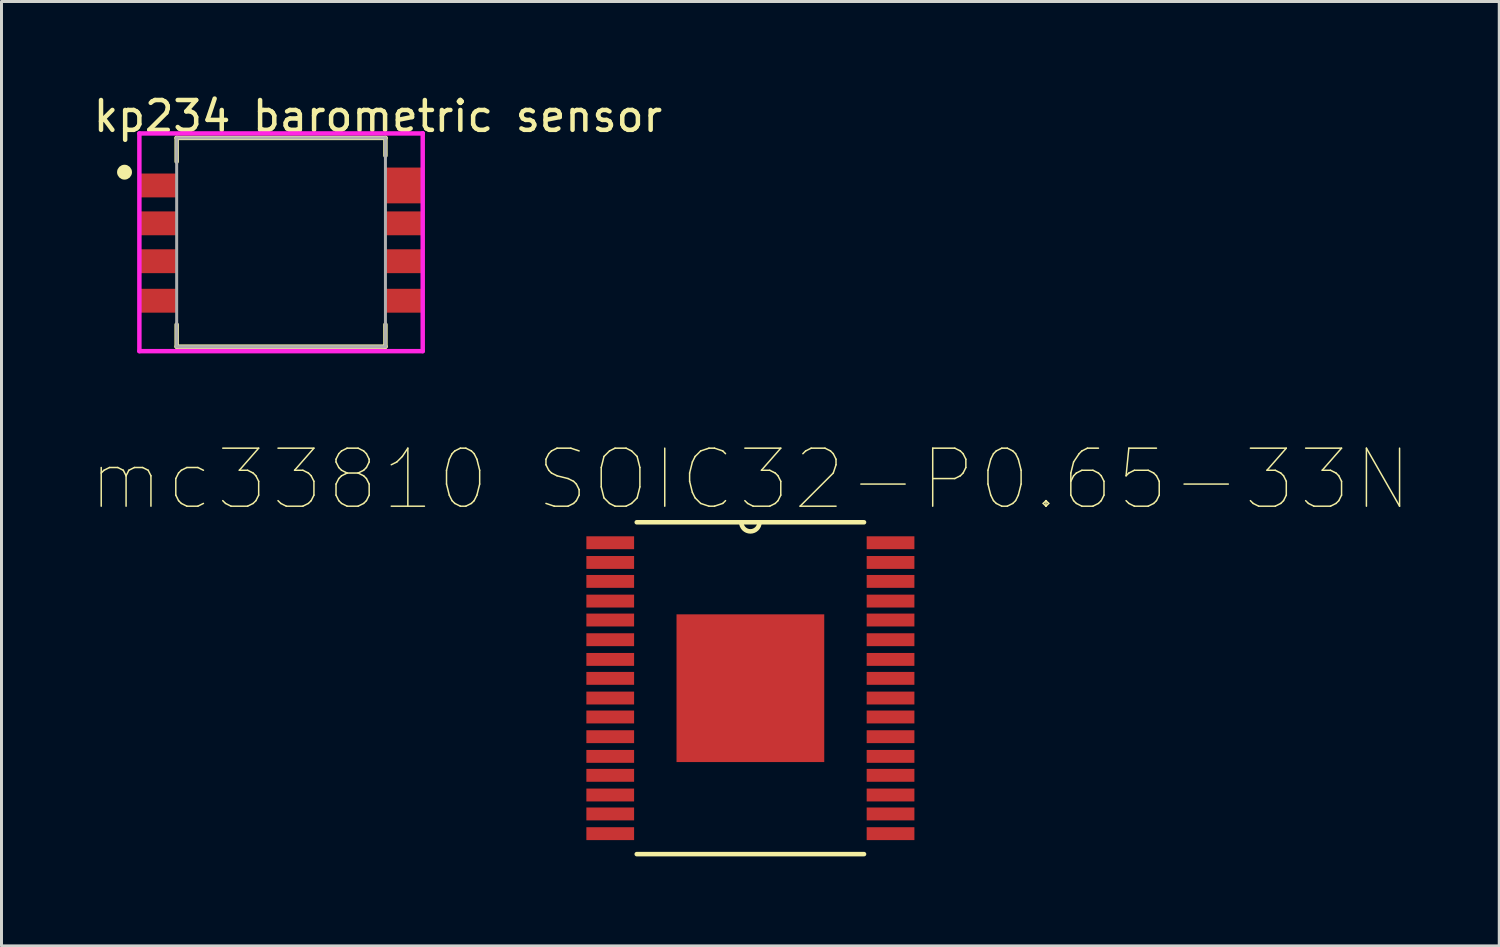
<source format=kicad_pcb>
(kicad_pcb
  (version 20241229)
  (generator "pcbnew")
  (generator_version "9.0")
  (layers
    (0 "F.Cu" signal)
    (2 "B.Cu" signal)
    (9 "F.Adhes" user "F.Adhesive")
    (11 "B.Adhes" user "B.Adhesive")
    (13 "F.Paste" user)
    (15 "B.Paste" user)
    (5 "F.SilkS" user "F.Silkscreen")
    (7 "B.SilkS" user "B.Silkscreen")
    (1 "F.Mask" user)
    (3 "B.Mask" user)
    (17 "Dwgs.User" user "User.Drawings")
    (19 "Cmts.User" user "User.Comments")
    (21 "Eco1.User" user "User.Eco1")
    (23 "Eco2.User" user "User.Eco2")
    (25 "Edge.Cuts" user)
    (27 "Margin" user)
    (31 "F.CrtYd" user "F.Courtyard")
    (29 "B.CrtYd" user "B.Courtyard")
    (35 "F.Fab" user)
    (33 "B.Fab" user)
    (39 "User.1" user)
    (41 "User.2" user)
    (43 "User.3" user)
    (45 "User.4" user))
  (footprint "kp234 barometric sensor"
    (layer "F.Cu")
    (at 6.373 5.073)
    (property "Reference" "kp234 barometric sensor" (at -6.373 -4.225 0) (layer "F.SilkS") (effects (font (size 1 1) (thickness 0.15)) (justify left)))
    (attr through_hole)
    (fp_line (start -3.5 -3.5) (end 3.5 -3.5) (stroke (width 0.15) (type solid)) (layer "F.SilkS"))
    (fp_line (start -3.5 -2.705) (end -3.5 -3.5) (stroke (width 0.15) (type solid)) (layer "F.SilkS"))
    (fp_line (start -3.5 3.5) (end -3.5 2.76) (stroke (width 0.15) (type solid)) (layer "F.SilkS"))
    (fp_line (start -3.5 3.5) (end 3.5 3.5) (stroke (width 0.15) (type solid)) (layer "F.SilkS"))
    (fp_line (start 3.5 -2.905) (end 3.5 -3.5) (stroke (width 0.15) (type solid)) (layer "F.SilkS"))
    (fp_line (start 3.5 3.5) (end 3.5 2.76) (stroke (width 0.15) (type solid)) (layer "F.SilkS"))
    (fp_circle (center -5.248 -2.35) (end -5.123 -2.35) (stroke (width 0.25) (type solid)) (fill no) (layer "F.SilkS"))
    (fp_line (start -4.75 -3.65) (end -4.75 3.65) (stroke (width 0.15) (type solid)) (layer "F.CrtYd"))
    (fp_line (start -4.75 3.65) (end 4.75 3.65) (stroke (width 0.15) (type solid)) (layer "F.CrtYd"))
    (fp_line (start 4.75 -3.65) (end -4.75 -3.65) (stroke (width 0.15) (type solid)) (layer "F.CrtYd"))
    (fp_line (start 4.75 -3.65) (end 4.75 -3.65) (stroke (width 0.15) (type solid)) (layer "F.CrtYd"))
    (fp_line (start 4.75 3.65) (end 4.75 -3.65) (stroke (width 0.15) (type solid)) (layer "F.CrtYd"))
    (fp_line (start -3.5 -3.5) (end 3.5 -3.5) (stroke (width 0.1) (type solid)) (layer "F.Fab"))
    (fp_line (start -3.5 3.5) (end -3.5 -3.5) (stroke (width 0.1) (type solid)) (layer "F.Fab"))
    (fp_line (start -3.5 3.5) (end 3.5 3.5) (stroke (width 0.1) (type solid)) (layer "F.Fab"))
    (fp_line (start 3.5 3.5) (end 3.5 -3.5) (stroke (width 0.1) (type solid)) (layer "F.Fab"))
    (pad "1" smd rect (at -4.1 -1.905) (size 1.2 0.8) (layers "F.Cu" "F.Mask" "F.Paste"))
    (pad "2" smd rect (at -4.1 -0.635) (size 1.2 0.8) (layers "F.Cu" "F.Mask" "F.Paste"))
    (pad "3" smd rect (at -4.1 0.635) (size 1.2 0.8) (layers "F.Cu" "F.Mask" "F.Paste"))
    (pad "4" smd rect (at -4.1 1.96) (size 1.2 0.8) (layers "F.Cu" "F.Mask" "F.Paste"))
    (pad "5" smd rect (at 4.1 1.96) (size 1.2 0.8) (layers "F.Cu" "F.Mask" "F.Paste"))
    (pad "6" smd rect (at 4.1 0.635) (size 1.2 0.8) (layers "F.Cu" "F.Mask" "F.Paste"))
    (pad "7" smd rect (at 4.1 -0.635) (size 1.2 0.8) (layers "F.Cu" "F.Mask" "F.Paste"))
    (pad "8" smd rect (at 4.1 -1.905) (size 1.2 1.2) (layers "F.Cu" "F.Mask" "F.Paste")))
  (footprint "mc33810 SOIC32-P0.65-33N"
    (layer "F.Cu")
    (at 22.109 20.024)
    (property "Reference" "mc33810 SOIC32-P0.65-33N" (at 0 -7 180) (layer "F.SilkS") (effects (font (size 1.945 1.945) (thickness 0.05))))
    (attr smd allow_soldermask_bridges)
    (fp_line (start -3.81 5.563) (end 3.81 5.563) (stroke (width 0.152) (type solid)) (layer "F.SilkS"))
    (fp_line (start -0.305 -5.563) (end -3.81 -5.563) (stroke (width 0.152) (type solid)) (layer "F.SilkS"))
    (fp_line (start 0.305 -5.563) (end -0.305 -5.563) (stroke (width 0.152) (type solid)) (layer "F.SilkS"))
    (fp_line (start 3.81 -5.563) (end 0.305 -5.563) (stroke (width 0.152) (type solid)) (layer "F.SilkS"))
    (fp_arc (start 0.3048 -5.5626) (mid 0 -5.2578) (end -0.3048 -5.5626) (stroke (width 0.1524) (type solid)) (layer "F.SilkS"))
    (fp_line (start -5.156 -5.055) (end -5.156 -4.674) (stroke (width 0.1) (type solid)) (layer "Eco2.User"))
    (fp_line (start -5.156 -4.674) (end -3.81 -4.674) (stroke (width 0.1) (type solid)) (layer "Eco2.User"))
    (fp_line (start -5.156 -4.42) (end -5.156 -4.039) (stroke (width 0.1) (type solid)) (layer "Eco2.User"))
    (fp_line (start -5.156 -4.039) (end -3.81 -4.039) (stroke (width 0.1) (type solid)) (layer "Eco2.User"))
    (fp_line (start -5.156 -3.759) (end -5.156 -3.378) (stroke (width 0.1) (type solid)) (layer "Eco2.User"))
    (fp_line (start -5.156 -3.378) (end -3.81 -3.378) (stroke (width 0.1) (type solid)) (layer "Eco2.User"))
    (fp_line (start -5.156 -3.124) (end -5.156 -2.743) (stroke (width 0.1) (type solid)) (layer "Eco2.User"))
    (fp_line (start -5.156 -2.743) (end -3.81 -2.743) (stroke (width 0.1) (type solid)) (layer "Eco2.User"))
    (fp_line (start -5.156 -2.464) (end -5.156 -2.083) (stroke (width 0.1) (type solid)) (layer "Eco2.User"))
    (fp_line (start -5.156 -2.083) (end -3.81 -2.083) (stroke (width 0.1) (type solid)) (layer "Eco2.User"))
    (fp_line (start -5.156 -1.803) (end -5.156 -1.422) (stroke (width 0.1) (type solid)) (layer "Eco2.User"))
    (fp_line (start -5.156 -1.422) (end -3.81 -1.422) (stroke (width 0.1) (type solid)) (layer "Eco2.User"))
    (fp_line (start -5.156 -1.168) (end -5.156 -0.787) (stroke (width 0.1) (type solid)) (layer "Eco2.User"))
    (fp_line (start -5.156 -0.787) (end -3.81 -0.787) (stroke (width 0.1) (type solid)) (layer "Eco2.User"))
    (fp_line (start -5.156 -0.508) (end -5.156 -0.127) (stroke (width 0.1) (type solid)) (layer "Eco2.User"))
    (fp_line (start -5.156 -0.127) (end -3.81 -0.127) (stroke (width 0.1) (type solid)) (layer "Eco2.User"))
    (fp_line (start -5.156 0.127) (end -5.156 0.508) (stroke (width 0.1) (type solid)) (layer "Eco2.User"))
    (fp_line (start -5.156 0.508) (end -3.81 0.508) (stroke (width 0.1) (type solid)) (layer "Eco2.User"))
    (fp_line (start -5.156 0.787) (end -5.156 1.168) (stroke (width 0.1) (type solid)) (layer "Eco2.User"))
    (fp_line (start -5.156 1.168) (end -3.81 1.168) (stroke (width 0.1) (type solid)) (layer "Eco2.User"))
    (fp_line (start -5.156 1.422) (end -5.156 1.803) (stroke (width 0.1) (type solid)) (layer "Eco2.User"))
    (fp_line (start -5.156 1.803) (end -3.81 1.803) (stroke (width 0.1) (type solid)) (layer "Eco2.User"))
    (fp_line (start -5.156 2.083) (end -5.156 2.464) (stroke (width 0.1) (type solid)) (layer "Eco2.User"))
    (fp_line (start -5.156 2.464) (end -3.81 2.464) (stroke (width 0.1) (type solid)) (layer "Eco2.User"))
    (fp_line (start -5.156 2.743) (end -5.156 3.124) (stroke (width 0.1) (type solid)) (layer "Eco2.User"))
    (fp_line (start -5.156 3.124) (end -3.81 3.124) (stroke (width 0.1) (type solid)) (layer "Eco2.User"))
    (fp_line (start -5.156 3.378) (end -5.156 3.759) (stroke (width 0.1) (type solid)) (layer "Eco2.User"))
    (fp_line (start -5.156 3.759) (end -3.81 3.759) (stroke (width 0.1) (type solid)) (layer "Eco2.User"))
    (fp_line (start -5.156 4.039) (end -5.156 4.42) (stroke (width 0.1) (type solid)) (layer "Eco2.User"))
    (fp_line (start -5.156 4.42) (end -3.81 4.42) (stroke (width 0.1) (type solid)) (layer "Eco2.User"))
    (fp_line (start -5.156 4.674) (end -5.156 5.055) (stroke (width 0.1) (type solid)) (layer "Eco2.User"))
    (fp_line (start -5.156 5.055) (end -3.81 5.055) (stroke (width 0.1) (type solid)) (layer "Eco2.User"))
    (fp_line (start -3.81 -5.563) (end -3.81 5.563) (stroke (width 0.1) (type solid)) (layer "Eco2.User"))
    (fp_line (start -3.81 -5.055) (end -5.156 -5.055) (stroke (width 0.1) (type solid)) (layer "Eco2.User"))
    (fp_line (start -3.81 -4.674) (end -3.81 -5.055) (stroke (width 0.1) (type solid)) (layer "Eco2.User"))
    (fp_line (start -3.81 -4.42) (end -5.156 -4.42) (stroke (width 0.1) (type solid)) (layer "Eco2.User"))
    (fp_line (start -3.81 -4.039) (end -3.81 -4.42) (stroke (width 0.1) (type solid)) (layer "Eco2.User"))
    (fp_line (start -3.81 -3.759) (end -5.156 -3.759) (stroke (width 0.1) (type solid)) (layer "Eco2.User"))
    (fp_line (start -3.81 -3.378) (end -3.81 -3.759) (stroke (width 0.1) (type solid)) (layer "Eco2.User"))
    (fp_line (start -3.81 -3.124) (end -5.156 -3.124) (stroke (width 0.1) (type solid)) (layer "Eco2.User"))
    (fp_line (start -3.81 -2.743) (end -3.81 -3.124) (stroke (width 0.1) (type solid)) (layer "Eco2.User"))
    (fp_line (start -3.81 -2.464) (end -5.156 -2.464) (stroke (width 0.1) (type solid)) (layer "Eco2.User"))
    (fp_line (start -3.81 -2.083) (end -3.81 -2.464) (stroke (width 0.1) (type solid)) (layer "Eco2.User"))
    (fp_line (start -3.81 -1.803) (end -5.156 -1.803) (stroke (width 0.1) (type solid)) (layer "Eco2.User"))
    (fp_line (start -3.81 -1.422) (end -3.81 -1.803) (stroke (width 0.1) (type solid)) (layer "Eco2.User"))
    (fp_line (start -3.81 -1.168) (end -5.156 -1.168) (stroke (width 0.1) (type solid)) (layer "Eco2.User"))
    (fp_line (start -3.81 -0.787) (end -3.81 -1.168) (stroke (width 0.1) (type solid)) (layer "Eco2.User"))
    (fp_line (start -3.81 -0.508) (end -5.156 -0.508) (stroke (width 0.1) (type solid)) (layer "Eco2.User"))
    (fp_line (start -3.81 -0.127) (end -3.81 -0.508) (stroke (width 0.1) (type solid)) (layer "Eco2.User"))
    (fp_line (start -3.81 0.127) (end -5.156 0.127) (stroke (width 0.1) (type solid)) (layer "Eco2.User"))
    (fp_line (start -3.81 0.508) (end -3.81 0.127) (stroke (width 0.1) (type solid)) (layer "Eco2.User"))
    (fp_line (start -3.81 0.787) (end -5.156 0.787) (stroke (width 0.1) (type solid)) (layer "Eco2.User"))
    (fp_line (start -3.81 1.168) (end -3.81 0.787) (stroke (width 0.1) (type solid)) (layer "Eco2.User"))
    (fp_line (start -3.81 1.422) (end -5.156 1.422) (stroke (width 0.1) (type solid)) (layer "Eco2.User"))
    (fp_line (start -3.81 1.803) (end -3.81 1.422) (stroke (width 0.1) (type solid)) (layer "Eco2.User"))
    (fp_line (start -3.81 2.083) (end -5.156 2.083) (stroke (width 0.1) (type solid)) (layer "Eco2.User"))
    (fp_line (start -3.81 2.464) (end -3.81 2.083) (stroke (width 0.1) (type solid)) (layer "Eco2.User"))
    (fp_line (start -3.81 2.743) (end -5.156 2.743) (stroke (width 0.1) (type solid)) (layer "Eco2.User"))
    (fp_line (start -3.81 3.124) (end -3.81 2.743) (stroke (width 0.1) (type solid)) (layer "Eco2.User"))
    (fp_line (start -3.81 3.378) (end -5.156 3.378) (stroke (width 0.1) (type solid)) (layer "Eco2.User"))
    (fp_line (start -3.81 3.759) (end -3.81 3.378) (stroke (width 0.1) (type solid)) (layer "Eco2.User"))
    (fp_line (start -3.81 4.039) (end -5.156 4.039) (stroke (width 0.1) (type solid)) (layer "Eco2.User"))
    (fp_line (start -3.81 4.42) (end -3.81 4.039) (stroke (width 0.1) (type solid)) (layer "Eco2.User"))
    (fp_line (start -3.81 4.674) (end -5.156 4.674) (stroke (width 0.1) (type solid)) (layer "Eco2.User"))
    (fp_line (start -3.81 5.055) (end -3.81 4.674) (stroke (width 0.1) (type solid)) (layer "Eco2.User"))
    (fp_line (start -3.81 5.563) (end 3.81 5.563) (stroke (width 0.1) (type solid)) (layer "Eco2.User"))
    (fp_line (start -0.305 -5.563) (end -3.81 -5.563) (stroke (width 0.1) (type solid)) (layer "Eco2.User"))
    (fp_line (start 0.305 -5.563) (end -0.305 -5.563) (stroke (width 0.1) (type solid)) (layer "Eco2.User"))
    (fp_line (start 3.81 -5.563) (end 0.305 -5.563) (stroke (width 0.1) (type solid)) (layer "Eco2.User"))
    (fp_line (start 3.81 -5.055) (end 3.81 -4.674) (stroke (width 0.1) (type solid)) (layer "Eco2.User"))
    (fp_line (start 3.81 -4.674) (end 5.156 -4.674) (stroke (width 0.1) (type solid)) (layer "Eco2.User"))
    (fp_line (start 3.81 -4.42) (end 3.81 -4.039) (stroke (width 0.1) (type solid)) (layer "Eco2.User"))
    (fp_line (start 3.81 -4.039) (end 5.156 -4.039) (stroke (width 0.1) (type solid)) (layer "Eco2.User"))
    (fp_line (start 3.81 -3.759) (end 3.81 -3.378) (stroke (width 0.1) (type solid)) (layer "Eco2.User"))
    (fp_line (start 3.81 -3.378) (end 5.156 -3.378) (stroke (width 0.1) (type solid)) (layer "Eco2.User"))
    (fp_line (start 3.81 -3.124) (end 3.81 -2.743) (stroke (width 0.1) (type solid)) (layer "Eco2.User"))
    (fp_line (start 3.81 -2.743) (end 5.156 -2.743) (stroke (width 0.1) (type solid)) (layer "Eco2.User"))
    (fp_line (start 3.81 -2.464) (end 3.81 -2.083) (stroke (width 0.1) (type solid)) (layer "Eco2.User"))
    (fp_line (start 3.81 -2.083) (end 5.156 -2.083) (stroke (width 0.1) (type solid)) (layer "Eco2.User"))
    (fp_line (start 3.81 -1.803) (end 3.81 -1.422) (stroke (width 0.1) (type solid)) (layer "Eco2.User"))
    (fp_line (start 3.81 -1.422) (end 5.156 -1.422) (stroke (width 0.1) (type solid)) (layer "Eco2.User"))
    (fp_line (start 3.81 -1.168) (end 3.81 -0.787) (stroke (width 0.1) (type solid)) (layer "Eco2.User"))
    (fp_line (start 3.81 -0.787) (end 5.156 -0.787) (stroke (width 0.1) (type solid)) (layer "Eco2.User"))
    (fp_line (start 3.81 -0.508) (end 3.81 -0.127) (stroke (width 0.1) (type solid)) (layer "Eco2.User"))
    (fp_line (start 3.81 -0.127) (end 5.156 -0.127) (stroke (width 0.1) (type solid)) (layer "Eco2.User"))
    (fp_line (start 3.81 0.127) (end 3.81 0.508) (stroke (width 0.1) (type solid)) (layer "Eco2.User"))
    (fp_line (start 3.81 0.508) (end 5.156 0.508) (stroke (width 0.1) (type solid)) (layer "Eco2.User"))
    (fp_line (start 3.81 0.787) (end 3.81 1.168) (stroke (width 0.1) (type solid)) (layer "Eco2.User"))
    (fp_line (start 3.81 1.168) (end 5.156 1.168) (stroke (width 0.1) (type solid)) (layer "Eco2.User"))
    (fp_line (start 3.81 1.422) (end 3.81 1.803) (stroke (width 0.1) (type solid)) (layer "Eco2.User"))
    (fp_line (start 3.81 1.803) (end 5.156 1.803) (stroke (width 0.1) (type solid)) (layer "Eco2.User"))
    (fp_line (start 3.81 2.083) (end 3.81 2.464) (stroke (width 0.1) (type solid)) (layer "Eco2.User"))
    (fp_line (start 3.81 2.464) (end 5.156 2.464) (stroke (width 0.1) (type solid)) (layer "Eco2.User"))
    (fp_line (start 3.81 2.743) (end 3.81 3.124) (stroke (width 0.1) (type solid)) (layer "Eco2.User"))
    (fp_line (start 3.81 3.124) (end 5.156 3.124) (stroke (width 0.1) (type solid)) (layer "Eco2.User"))
    (fp_line (start 3.81 3.378) (end 3.81 3.759) (stroke (width 0.1) (type solid)) (layer "Eco2.User"))
    (fp_line (start 3.81 3.759) (end 5.156 3.759) (stroke (width 0.1) (type solid)) (layer "Eco2.User"))
    (fp_line (start 3.81 4.039) (end 3.81 4.42) (stroke (width 0.1) (type solid)) (layer "Eco2.User"))
    (fp_line (start 3.81 4.42) (end 5.156 4.42) (stroke (width 0.1) (type solid)) (layer "Eco2.User"))
    (fp_line (start 3.81 4.674) (end 3.81 5.055) (stroke (width 0.1) (type solid)) (layer "Eco2.User"))
    (fp_line (start 3.81 5.055) (end 5.156 5.055) (stroke (width 0.1) (type solid)) (layer "Eco2.User"))
    (fp_line (start 3.81 5.563) (end 3.81 -5.563) (stroke (width 0.1) (type solid)) (layer "Eco2.User"))
    (fp_line (start 5.156 -5.055) (end 3.81 -5.055) (stroke (width 0.1) (type solid)) (layer "Eco2.User"))
    (fp_line (start 5.156 -4.674) (end 5.156 -5.055) (stroke (width 0.1) (type solid)) (layer "Eco2.User"))
    (fp_line (start 5.156 -4.42) (end 3.81 -4.42) (stroke (width 0.1) (type solid)) (layer "Eco2.User"))
    (fp_line (start 5.156 -4.039) (end 5.156 -4.42) (stroke (width 0.1) (type solid)) (layer "Eco2.User"))
    (fp_line (start 5.156 -3.759) (end 3.81 -3.759) (stroke (width 0.1) (type solid)) (layer "Eco2.User"))
    (fp_line (start 5.156 -3.378) (end 5.156 -3.759) (stroke (width 0.1) (type solid)) (layer "Eco2.User"))
    (fp_line (start 5.156 -3.124) (end 3.81 -3.124) (stroke (width 0.1) (type solid)) (layer "Eco2.User"))
    (fp_line (start 5.156 -2.743) (end 5.156 -3.124) (stroke (width 0.1) (type solid)) (layer "Eco2.User"))
    (fp_line (start 5.156 -2.464) (end 3.81 -2.464) (stroke (width 0.1) (type solid)) (layer "Eco2.User"))
    (fp_line (start 5.156 -2.083) (end 5.156 -2.464) (stroke (width 0.1) (type solid)) (layer "Eco2.User"))
    (fp_line (start 5.156 -1.803) (end 3.81 -1.803) (stroke (width 0.1) (type solid)) (layer "Eco2.User"))
    (fp_line (start 5.156 -1.422) (end 5.156 -1.803) (stroke (width 0.1) (type solid)) (layer "Eco2.User"))
    (fp_line (start 5.156 -1.168) (end 3.81 -1.168) (stroke (width 0.1) (type solid)) (layer "Eco2.User"))
    (fp_line (start 5.156 -0.787) (end 5.156 -1.168) (stroke (width 0.1) (type solid)) (layer "Eco2.User"))
    (fp_line (start 5.156 -0.508) (end 3.81 -0.508) (stroke (width 0.1) (type solid)) (layer "Eco2.User"))
    (fp_line (start 5.156 -0.127) (end 5.156 -0.508) (stroke (width 0.1) (type solid)) (layer "Eco2.User"))
    (fp_line (start 5.156 0.127) (end 3.81 0.127) (stroke (width 0.1) (type solid)) (layer "Eco2.User"))
    (fp_line (start 5.156 0.508) (end 5.156 0.127) (stroke (width 0.1) (type solid)) (layer "Eco2.User"))
    (fp_line (start 5.156 0.787) (end 3.81 0.787) (stroke (width 0.1) (type solid)) (layer "Eco2.User"))
    (fp_line (start 5.156 1.168) (end 5.156 0.787) (stroke (width 0.1) (type solid)) (layer "Eco2.User"))
    (fp_line (start 5.156 1.422) (end 3.81 1.422) (stroke (width 0.1) (type solid)) (layer "Eco2.User"))
    (fp_line (start 5.156 1.803) (end 5.156 1.422) (stroke (width 0.1) (type solid)) (layer "Eco2.User"))
    (fp_line (start 5.156 2.083) (end 3.81 2.083) (stroke (width 0.1) (type solid)) (layer "Eco2.User"))
    (fp_line (start 5.156 2.464) (end 5.156 2.083) (stroke (width 0.1) (type solid)) (layer "Eco2.User"))
    (fp_line (start 5.156 2.743) (end 3.81 2.743) (stroke (width 0.1) (type solid)) (layer "Eco2.User"))
    (fp_line (start 5.156 3.124) (end 5.156 2.743) (stroke (width 0.1) (type solid)) (layer "Eco2.User"))
    (fp_line (start 5.156 3.378) (end 3.81 3.378) (stroke (width 0.1) (type solid)) (layer "Eco2.User"))
    (fp_line (start 5.156 3.759) (end 5.156 3.378) (stroke (width 0.1) (type solid)) (layer "Eco2.User"))
    (fp_line (start 5.156 4.039) (end 3.81 4.039) (stroke (width 0.1) (type solid)) (layer "Eco2.User"))
    (fp_line (start 5.156 4.42) (end 5.156 4.039) (stroke (width 0.1) (type solid)) (layer "Eco2.User"))
    (fp_line (start 5.156 4.674) (end 3.81 4.674) (stroke (width 0.1) (type solid)) (layer "Eco2.User"))
    (fp_line (start 5.156 5.055) (end 5.156 4.674) (stroke (width 0.1) (type solid)) (layer "Eco2.User"))
    (fp_arc (start 0.3048 -5.5626) (mid 0 -5.2578) (end -0.3048 -5.5626) (stroke (width 0.1) (type solid)) (layer "Eco2.User"))
    (pad "1" smd rect (at -4.699 -4.877) (size 1.6 0.432) (layers "F.Cu" "F.Mask" "F.Paste"))
    (pad "2" smd rect (at -4.699 -4.216) (size 1.6 0.432) (layers "F.Cu" "F.Mask" "F.Paste"))
    (pad "3" smd rect (at -4.699 -3.581) (size 1.6 0.432) (layers "F.Cu" "F.Mask" "F.Paste"))
    (pad "4" smd rect (at -4.699 -2.921) (size 1.6 0.432) (layers "F.Cu" "F.Mask" "F.Paste"))
    (pad "5" smd rect (at -4.699 -2.286) (size 1.6 0.432) (layers "F.Cu" "F.Mask" "F.Paste"))
    (pad "6" smd rect (at -4.699 -1.626) (size 1.6 0.432) (layers "F.Cu" "F.Mask" "F.Paste"))
    (pad "7" smd rect (at -4.699 -0.965) (size 1.6 0.432) (layers "F.Cu" "F.Mask" "F.Paste"))
    (pad "8" smd rect (at -4.699 -0.33) (size 1.6 0.432) (layers "F.Cu" "F.Mask" "F.Paste"))
    (pad "9" smd rect (at -4.699 0.33) (size 1.6 0.432) (layers "F.Cu" "F.Mask" "F.Paste"))
    (pad "10" smd rect (at -4.699 0.965) (size 1.6 0.432) (layers "F.Cu" "F.Mask" "F.Paste"))
    (pad "11" smd rect (at -4.699 1.626) (size 1.6 0.432) (layers "F.Cu" "F.Mask" "F.Paste"))
    (pad "12" smd rect (at -4.699 2.286) (size 1.6 0.432) (layers "F.Cu" "F.Mask" "F.Paste"))
    (pad "13" smd rect (at -4.699 2.921) (size 1.6 0.432) (layers "F.Cu" "F.Mask" "F.Paste"))
    (pad "14" smd rect (at -4.699 3.581) (size 1.6 0.432) (layers "F.Cu" "F.Mask" "F.Paste"))
    (pad "15" smd rect (at -4.699 4.216) (size 1.6 0.432) (layers "F.Cu" "F.Mask" "F.Paste"))
    (pad "16" smd rect (at -4.699 4.877) (size 1.6 0.432) (layers "F.Cu" "F.Mask" "F.Paste"))
    (pad "17" smd rect (at 4.699 4.877) (size 1.6 0.432) (layers "F.Cu" "F.Mask" "F.Paste"))
    (pad "18" smd rect (at 4.699 4.216) (size 1.6 0.432) (layers "F.Cu" "F.Mask" "F.Paste"))
    (pad "19" smd rect (at 4.699 3.581) (size 1.6 0.432) (layers "F.Cu" "F.Mask" "F.Paste"))
    (pad "20" smd rect (at 4.699 2.921) (size 1.6 0.432) (layers "F.Cu" "F.Mask" "F.Paste"))
    (pad "21" smd rect (at 4.699 2.286) (size 1.6 0.432) (layers "F.Cu" "F.Mask" "F.Paste"))
    (pad "22" smd rect (at 4.699 1.626) (size 1.6 0.432) (layers "F.Cu" "F.Mask" "F.Paste"))
    (pad "23" smd rect (at 4.699 0.965) (size 1.6 0.432) (layers "F.Cu" "F.Mask" "F.Paste"))
    (pad "24" smd rect (at 4.699 0.33) (size 1.6 0.432) (layers "F.Cu" "F.Mask" "F.Paste"))
    (pad "25" smd rect (at 4.699 -0.33) (size 1.6 0.432) (layers "F.Cu" "F.Mask" "F.Paste"))
    (pad "26" smd rect (at 4.699 -0.965) (size 1.6 0.432) (layers "F.Cu" "F.Mask" "F.Paste"))
    (pad "27" smd rect (at 4.699 -1.626) (size 1.6 0.432) (layers "F.Cu" "F.Mask" "F.Paste"))
    (pad "28" smd rect (at 4.699 -2.286) (size 1.6 0.432) (layers "F.Cu" "F.Mask" "F.Paste"))
    (pad "29" smd rect (at 4.699 -2.921) (size 1.6 0.432) (layers "F.Cu" "F.Mask" "F.Paste"))
    (pad "30" smd rect (at 4.699 -3.581) (size 1.6 0.432) (layers "F.Cu" "F.Mask" "F.Paste"))
    (pad "31" smd rect (at 4.699 -4.216) (size 1.6 0.432) (layers "F.Cu" "F.Mask" "F.Paste"))
    (pad "32" smd rect (at 4.699 -4.877) (size 1.6 0.432) (layers "F.Cu" "F.Mask" "F.Paste"))
    (pad "33" smd rect (at 0 0) (size 4.953 4.953) (layers "F.Cu" "F.Mask" "F.Paste")))
  (gr_rect
    (start -3 -3)
    (end 47.217 28.663)
    (stroke (width 0.1) (type default))
    (fill no)
    (layer "Edge.Cuts")))
</source>
